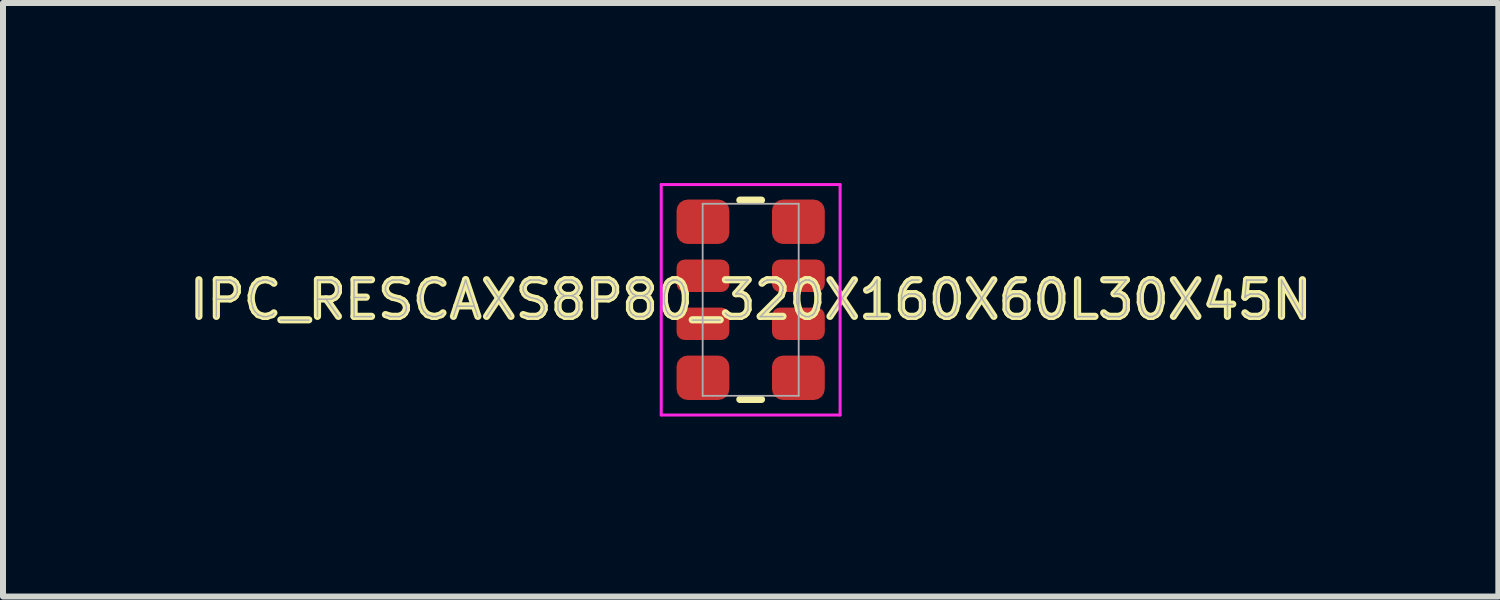
<source format=kicad_pcb>
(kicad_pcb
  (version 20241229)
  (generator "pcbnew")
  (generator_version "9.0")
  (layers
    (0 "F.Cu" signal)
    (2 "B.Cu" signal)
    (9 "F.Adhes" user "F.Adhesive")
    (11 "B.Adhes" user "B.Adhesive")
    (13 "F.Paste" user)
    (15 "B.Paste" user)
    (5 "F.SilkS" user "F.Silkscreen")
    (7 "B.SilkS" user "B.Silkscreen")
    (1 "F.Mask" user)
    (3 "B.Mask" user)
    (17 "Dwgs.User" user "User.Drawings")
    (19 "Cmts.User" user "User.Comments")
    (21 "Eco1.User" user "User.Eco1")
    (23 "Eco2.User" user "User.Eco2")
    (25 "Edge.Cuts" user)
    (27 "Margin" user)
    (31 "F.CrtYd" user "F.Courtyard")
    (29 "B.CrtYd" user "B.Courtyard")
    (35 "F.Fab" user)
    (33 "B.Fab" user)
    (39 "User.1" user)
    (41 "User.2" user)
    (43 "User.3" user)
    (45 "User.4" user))
  (footprint "IPC_RESCAXS8P80_320X160X60L30X45N"
    (layer "F.Cu")
    (at 9.458 1.945)
    (property "Reference" "IPC_RESCAXS8P80_320X160X60L30X45N" (at 0 0 0) (layer "F.SilkS") (effects (font (size 0.61 0.61) (thickness 0.12))))
    (attr smd)
    (fp_line (start -0.18 1.66) (end 0.18 1.66) (stroke (width 0.12) (type solid)) (layer "F.SilkS"))
    (fp_line (start 0.18 -1.66) (end -0.18 -1.66) (stroke (width 0.12) (type solid)) (layer "F.SilkS"))
    (fp_line (start -1.49 -1.92) (end 1.49 -1.92) (stroke (width 0.05) (type solid)) (layer "F.CrtYd"))
    (fp_line (start -1.49 1.92) (end -1.49 -1.92) (stroke (width 0.05) (type solid)) (layer "F.CrtYd"))
    (fp_line (start 1.49 -1.92) (end 1.49 1.92) (stroke (width 0.05) (type solid)) (layer "F.CrtYd"))
    (fp_line (start 1.49 1.92) (end -1.49 1.92) (stroke (width 0.05) (type solid)) (layer "F.CrtYd"))
    (fp_line (start -0.8 -1.6) (end 0.8 -1.6) (stroke (width 0.03) (type solid)) (layer "F.Fab"))
    (fp_line (start -0.8 1.6) (end -0.8 -1.6) (stroke (width 0.03) (type solid)) (layer "F.Fab"))
    (fp_line (start 0.8 -1.6) (end 0.8 1.6) (stroke (width 0.03) (type solid)) (layer "F.Fab"))
    (fp_line (start 0.8 1.6) (end -0.8 1.6) (stroke (width 0.03) (type solid)) (layer "F.Fab"))
    (fp_text user "${REFERENCE}" (at 0 0 0) (layer "F.Fab") (effects (font (size 0.61 0.61) (thickness 0.025))))
    (pad "1" smd roundrect (at -0.795 -1.3 270) (size 0.74 0.88) (layers "F.Cu" "F.Mask" "F.Paste") (roundrect_rratio 0.25))
    (pad "2" smd roundrect (at -0.795 -0.4 270) (size 0.54 0.88) (layers "F.Cu" "F.Mask" "F.Paste") (roundrect_rratio 0.25))
    (pad "3" smd roundrect (at -0.795 0.4 270) (size 0.54 0.88) (layers "F.Cu" "F.Mask" "F.Paste") (roundrect_rratio 0.25))
    (pad "4" smd roundrect (at -0.795 1.3 270) (size 0.74 0.88) (layers "F.Cu" "F.Mask" "F.Paste") (roundrect_rratio 0.25))
    (pad "5" smd roundrect (at 0.795 1.3 90) (size 0.74 0.88) (layers "F.Cu" "F.Mask" "F.Paste") (roundrect_rratio 0.25))
    (pad "6" smd roundrect (at 0.795 0.4 90) (size 0.54 0.88) (layers "F.Cu" "F.Mask" "F.Paste") (roundrect_rratio 0.25))
    (pad "7" smd roundrect (at 0.795 -0.4 90) (size 0.54 0.88) (layers "F.Cu" "F.Mask" "F.Paste") (roundrect_rratio 0.25))
    (pad "8" smd roundrect (at 0.795 -1.3 90) (size 0.74 0.88) (layers "F.Cu" "F.Mask" "F.Paste") (roundrect_rratio 0.25)))
  (gr_rect
    (start -3 -3)
    (end 21.916 6.89)
    (stroke (width 0.1) (type default))
    (fill no)
    (layer "Edge.Cuts")))
</source>
